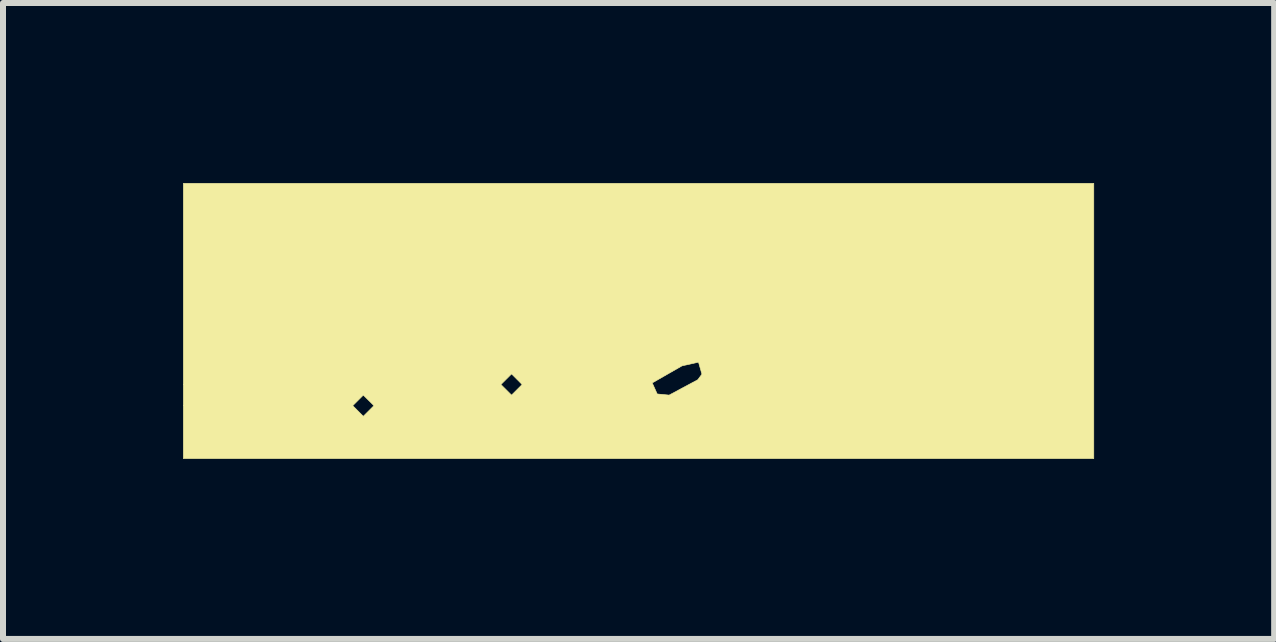
<source format=kicad_pcb>
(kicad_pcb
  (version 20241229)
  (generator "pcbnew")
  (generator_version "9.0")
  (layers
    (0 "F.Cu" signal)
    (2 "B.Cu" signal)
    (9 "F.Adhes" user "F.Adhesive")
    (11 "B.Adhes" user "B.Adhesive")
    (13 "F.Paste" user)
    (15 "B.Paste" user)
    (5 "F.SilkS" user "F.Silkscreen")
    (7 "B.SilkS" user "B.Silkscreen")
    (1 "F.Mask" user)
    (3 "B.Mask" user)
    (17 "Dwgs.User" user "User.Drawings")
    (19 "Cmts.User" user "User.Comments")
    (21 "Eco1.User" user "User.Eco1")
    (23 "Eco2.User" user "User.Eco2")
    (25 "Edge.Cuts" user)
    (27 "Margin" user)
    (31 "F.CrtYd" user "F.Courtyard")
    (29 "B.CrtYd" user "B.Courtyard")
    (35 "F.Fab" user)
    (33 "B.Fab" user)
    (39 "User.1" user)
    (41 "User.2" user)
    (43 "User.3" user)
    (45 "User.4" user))
  (footprint "Vidit_logo"
    (layer "F.Cu")
    (at 7.413 2.122)
    (property "Reference" "Vidit_logo" (at 0 0 0) (layer "F.SilkS") (effects (font (size 1.524 1.524) (thickness 0.3))))
    (attr through_hole)
    (fp_poly (pts (xy 7.761 2.469) (xy -7.408 2.469) (xy -7.408 1.587) (xy -4.586 1.587) (xy -4.41 1.764) (xy -4.233 1.587) (xy -4.41 1.411) (xy -4.586 1.587) (xy -7.408 1.587) (xy -7.408 1.235) (xy -2.117 1.235) (xy -1.94 1.411) (xy -1.764 1.235) (xy -1.79 1.208) (xy 0.404 1.208) (xy 0.487 1.392) (xy 0.685 1.411) (xy 1.163 1.155) (xy 1.232 1.062) (xy 1.175 0.862) (xy 0.9 0.924) (xy 0.404 1.208) (xy -1.79 1.208) (xy -1.94 1.058) (xy -2.117 1.235) (xy -7.408 1.235) (xy -7.408 -2.117) (xy 7.761 -2.117) (xy 7.761 2.469)) (stroke (width 0.01) (type solid)) (fill yes) (layer "F.SilkS")))
  (gr_rect
    (start -3 -3)
    (end 18.179 7.596)
    (stroke (width 0.1) (type default))
    (fill no)
    (layer "Edge.Cuts")))
</source>
